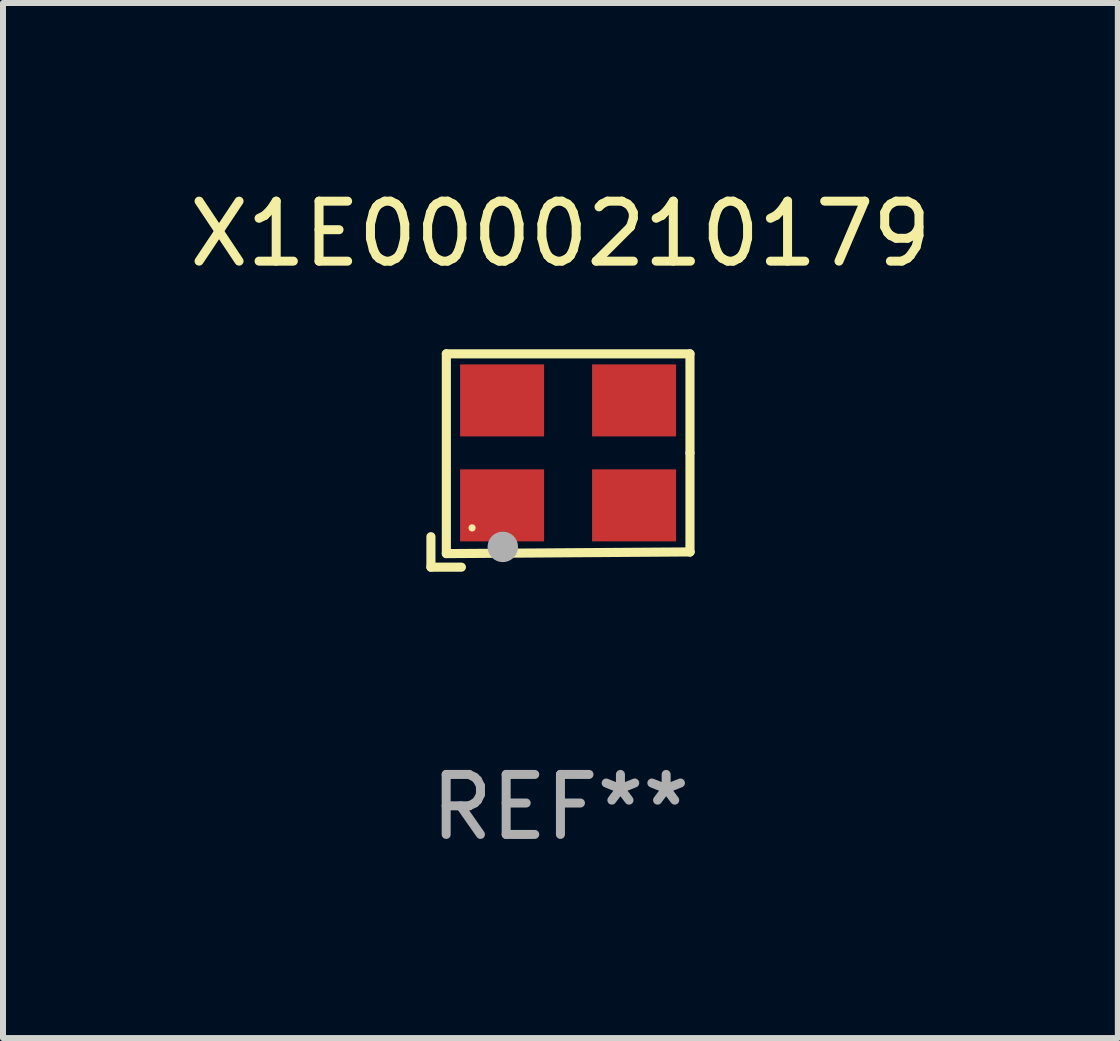
<source format=kicad_pcb>
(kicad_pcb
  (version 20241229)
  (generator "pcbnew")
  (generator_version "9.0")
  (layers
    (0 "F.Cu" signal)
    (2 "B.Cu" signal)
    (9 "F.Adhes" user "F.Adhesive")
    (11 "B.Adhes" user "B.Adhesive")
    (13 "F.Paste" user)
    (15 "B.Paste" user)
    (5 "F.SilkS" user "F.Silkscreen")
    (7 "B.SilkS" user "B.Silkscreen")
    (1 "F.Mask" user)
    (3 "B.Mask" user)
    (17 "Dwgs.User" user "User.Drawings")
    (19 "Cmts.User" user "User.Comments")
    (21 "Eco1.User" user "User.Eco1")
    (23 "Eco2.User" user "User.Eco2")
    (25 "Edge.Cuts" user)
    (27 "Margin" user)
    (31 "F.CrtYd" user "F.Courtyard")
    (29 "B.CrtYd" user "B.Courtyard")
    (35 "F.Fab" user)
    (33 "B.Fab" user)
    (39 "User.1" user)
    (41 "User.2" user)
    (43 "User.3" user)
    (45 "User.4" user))
  (footprint "X1E0000210179"
    (layer "F.Cu")
    (at 6.292 4.626)
    (property "Reference" "X1E0000210179" (at 0 -3.778 0) (layer "F.SilkS") (effects (font (size 1 1) (thickness 0.15))))
    (attr through_hole)
    (fp_line (start -2.159 1.27) (end -2.159 1.778) (stroke (width 0.152) (type solid)) (layer "F.SilkS"))
    (fp_line (start -2.159 1.778) (end -1.651 1.778) (stroke (width 0.152) (type solid)) (layer "F.SilkS"))
    (fp_line (start -1.902 -1.778) (end 2.159 -1.778) (stroke (width 0.152) (type solid)) (layer "F.SilkS"))
    (fp_line (start -1.902 1.552) (end -1.902 -1.778) (stroke (width 0.152) (type solid)) (layer "F.SilkS"))
    (fp_line (start 2.159 -1.778) (end 2.159 -0.127) (stroke (width 0.152) (type solid)) (layer "F.SilkS"))
    (fp_line (start 2.159 -0.127) (end 2.159 1.524) (stroke (width 0.152) (type solid)) (layer "F.SilkS"))
    (fp_line (start 2.159 1.524) (end -1.902 1.552) (stroke (width 0.152) (type solid)) (layer "F.SilkS"))
    (fp_line (start 2.159 1.524) (end 2.159 1.524) (stroke (width 0.152) (type solid)) (layer "F.SilkS"))
    (fp_circle (center -1.473 1.123) (end -1.443 1.123) (stroke (width 0.06) (type solid)) (fill no) (layer "F.SilkS"))
    (fp_circle (center -0.961 1.44) (end -0.834 1.44) (stroke (width 0.254) (type solid)) (fill no) (layer "F.Fab"))
    (fp_text user "REF**" (at 0 5.778 0) (layer "F.Fab") (effects (font (size 1 1) (thickness 0.15))))
    (pad "1" smd rect (at -0.973 0.748) (size 1.4 1.2) (layers "F.Cu" "F.Mask" "F.Paste"))
    (pad "2" smd rect (at 1.227 0.748) (size 1.4 1.2) (layers "F.Cu" "F.Mask" "F.Paste"))
    (pad "3" smd rect (at 1.227 -1.002) (size 1.4 1.2) (layers "F.Cu" "F.Mask" "F.Paste"))
    (pad "4" smd rect (at -0.973 -1.002) (size 1.4 1.2) (layers "F.Cu" "F.Mask" "F.Paste")))
  (gr_rect
    (start -3 -3)
    (end 15.583 14.253)
    (stroke (width 0.1) (type default))
    (fill no)
    (layer "Edge.Cuts")))
</source>
